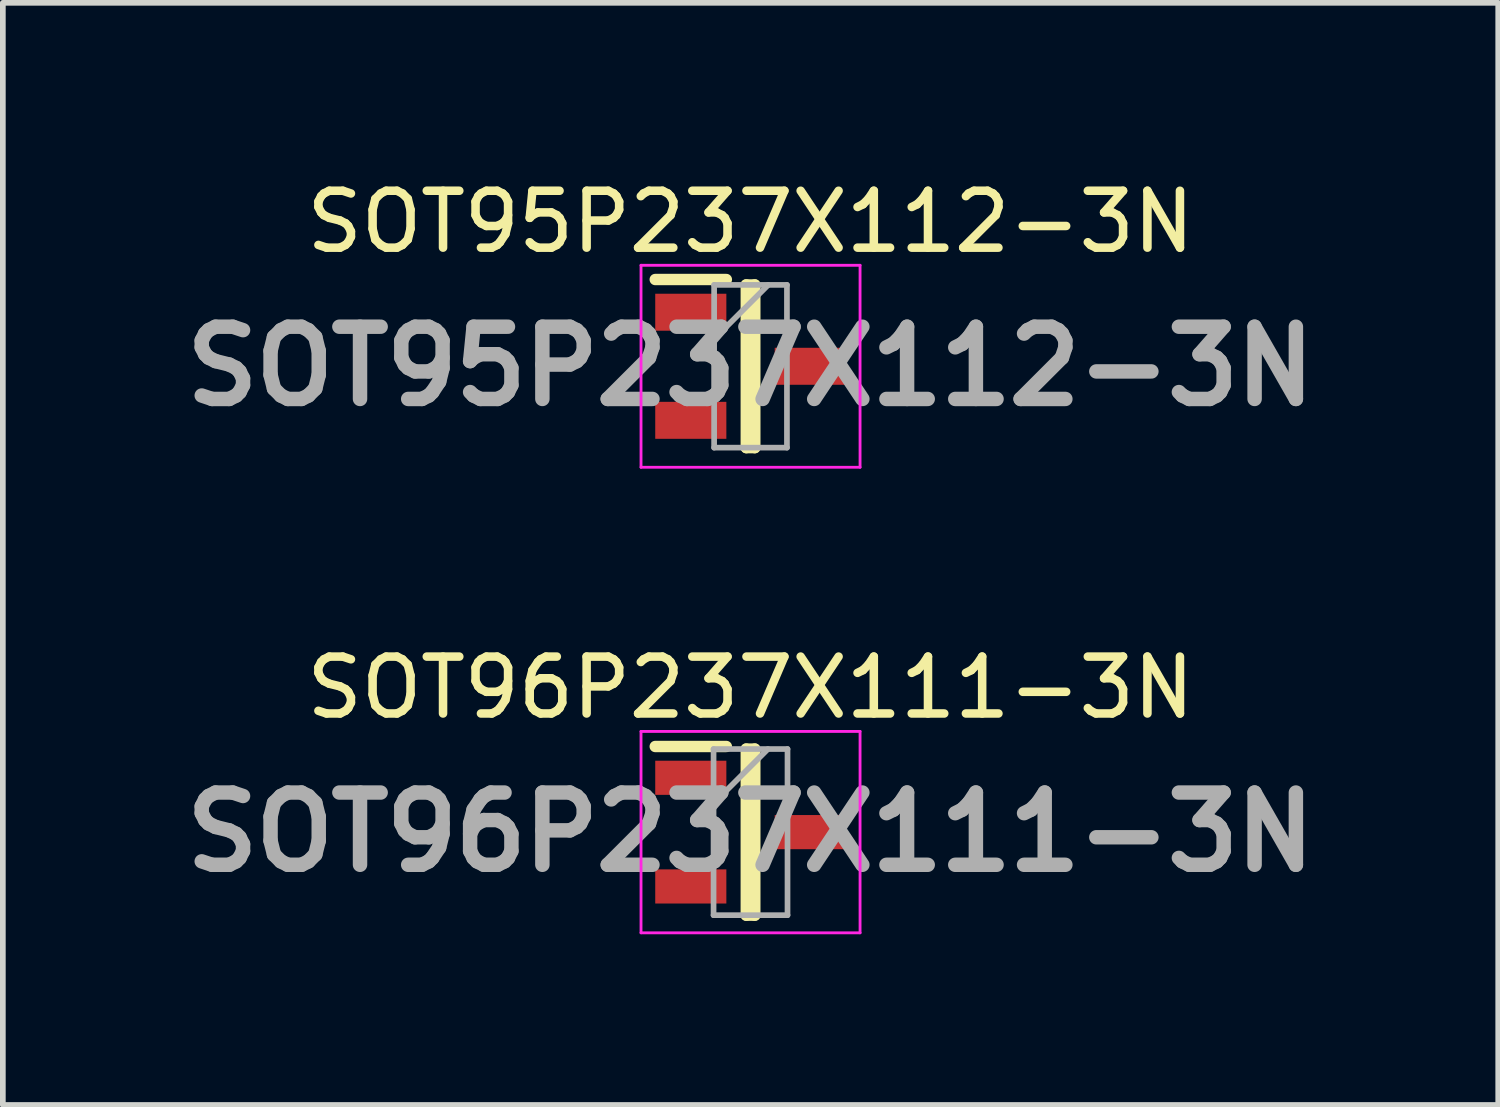
<source format=kicad_pcb>
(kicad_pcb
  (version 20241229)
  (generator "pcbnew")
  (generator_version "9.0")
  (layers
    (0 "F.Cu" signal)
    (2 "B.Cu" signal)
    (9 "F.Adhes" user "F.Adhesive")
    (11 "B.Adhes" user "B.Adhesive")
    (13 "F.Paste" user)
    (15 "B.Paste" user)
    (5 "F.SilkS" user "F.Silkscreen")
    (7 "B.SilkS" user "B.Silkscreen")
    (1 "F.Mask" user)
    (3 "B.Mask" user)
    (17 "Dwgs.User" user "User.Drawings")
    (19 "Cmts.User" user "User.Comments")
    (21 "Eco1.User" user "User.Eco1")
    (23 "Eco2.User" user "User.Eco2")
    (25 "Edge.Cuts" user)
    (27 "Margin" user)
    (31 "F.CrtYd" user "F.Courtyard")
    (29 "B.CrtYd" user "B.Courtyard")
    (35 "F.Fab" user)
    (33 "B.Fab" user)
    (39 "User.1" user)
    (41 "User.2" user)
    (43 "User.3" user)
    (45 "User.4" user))
  (footprint "SOT95P237X112-3N"
    (layer "F.Cu")
    (at 10.142 3.388)
    (property "Reference" "SOT95P237X112-3N" (at 0 -2.54 0) (layer "F.SilkS") (effects (font (size 1 1) (thickness 0.15))))
    (attr smd)
    (fp_line (start -1.675 -1.525) (end -0.425 -1.525) (stroke (width 0.2) (type solid)) (layer "F.SilkS"))
    (fp_line (start -0.075 -1.43) (end 0.075 -1.43) (stroke (width 0.2) (type solid)) (layer "F.SilkS"))
    (fp_line (start -0.075 1.43) (end -0.075 -1.43) (stroke (width 0.2) (type solid)) (layer "F.SilkS"))
    (fp_line (start 0.075 -1.43) (end 0.075 1.43) (stroke (width 0.2) (type solid)) (layer "F.SilkS"))
    (fp_line (start 0.075 1.43) (end -0.075 1.43) (stroke (width 0.2) (type solid)) (layer "F.SilkS"))
    (fp_line (start -1.925 -1.775) (end 1.925 -1.775) (stroke (width 0.05) (type solid)) (layer "F.CrtYd"))
    (fp_line (start -1.925 1.775) (end -1.925 -1.775) (stroke (width 0.05) (type solid)) (layer "F.CrtYd"))
    (fp_line (start 1.925 -1.775) (end 1.925 1.775) (stroke (width 0.05) (type solid)) (layer "F.CrtYd"))
    (fp_line (start 1.925 1.775) (end -1.925 1.775) (stroke (width 0.05) (type solid)) (layer "F.CrtYd"))
    (fp_line (start -0.64 -1.43) (end 0.64 -1.43) (stroke (width 0.1) (type solid)) (layer "F.Fab"))
    (fp_line (start -0.64 -0.48) (end 0.31 -1.43) (stroke (width 0.1) (type solid)) (layer "F.Fab"))
    (fp_line (start -0.64 1.43) (end -0.64 -1.43) (stroke (width 0.1) (type solid)) (layer "F.Fab"))
    (fp_line (start 0.64 -1.43) (end 0.64 1.43) (stroke (width 0.1) (type solid)) (layer "F.Fab"))
    (fp_line (start 0.64 1.43) (end -0.64 1.43) (stroke (width 0.1) (type solid)) (layer "F.Fab"))
    (fp_text user "${REFERENCE}" (at 0 0 0) (layer "F.Fab") (effects (font (size 1.27 1.27) (thickness 0.254))))
    (pad "1" smd rect (at -1.05 -0.95 90) (size 0.65 1.25) (layers "F.Cu" "F.Mask" "F.Paste"))
    (pad "2" smd rect (at -1.05 0.95 90) (size 0.65 1.25) (layers "F.Cu" "F.Mask" "F.Paste"))
    (pad "3" smd rect (at 1.05 0 90) (size 0.65 1.25) (layers "F.Cu" "F.Mask" "F.Paste")))
  (footprint "SOT96P237X111-3N"
    (layer "F.Cu")
    (at 10.142 11.576)
    (property "Reference" "SOT96P237X111-3N" (at 0 -2.54 0) (layer "F.SilkS") (effects (font (size 1 1) (thickness 0.15))))
    (attr smd)
    (fp_line (start -1.675 -1.505) (end -0.425 -1.505) (stroke (width 0.2) (type solid)) (layer "F.SilkS"))
    (fp_line (start -0.075 -1.46) (end 0.075 -1.46) (stroke (width 0.2) (type solid)) (layer "F.SilkS"))
    (fp_line (start -0.075 1.46) (end -0.075 -1.46) (stroke (width 0.2) (type solid)) (layer "F.SilkS"))
    (fp_line (start 0.075 -1.46) (end 0.075 1.46) (stroke (width 0.2) (type solid)) (layer "F.SilkS"))
    (fp_line (start 0.075 1.46) (end -0.075 1.46) (stroke (width 0.2) (type solid)) (layer "F.SilkS"))
    (fp_line (start -1.925 -1.77) (end 1.925 -1.77) (stroke (width 0.05) (type solid)) (layer "F.CrtYd"))
    (fp_line (start -1.925 1.77) (end -1.925 -1.77) (stroke (width 0.05) (type solid)) (layer "F.CrtYd"))
    (fp_line (start 1.925 -1.77) (end 1.925 1.77) (stroke (width 0.05) (type solid)) (layer "F.CrtYd"))
    (fp_line (start 1.925 1.77) (end -1.925 1.77) (stroke (width 0.05) (type solid)) (layer "F.CrtYd"))
    (fp_line (start -0.65 -1.46) (end 0.65 -1.46) (stroke (width 0.1) (type solid)) (layer "F.Fab"))
    (fp_line (start -0.65 -0.505) (end 0.305 -1.46) (stroke (width 0.1) (type solid)) (layer "F.Fab"))
    (fp_line (start -0.65 1.46) (end -0.65 -1.46) (stroke (width 0.1) (type solid)) (layer "F.Fab"))
    (fp_line (start 0.65 -1.46) (end 0.65 1.46) (stroke (width 0.1) (type solid)) (layer "F.Fab"))
    (fp_line (start 0.65 1.46) (end -0.65 1.46) (stroke (width 0.1) (type solid)) (layer "F.Fab"))
    (fp_text user "${REFERENCE}" (at 0 0 0) (layer "F.Fab") (effects (font (size 1.27 1.27) (thickness 0.254))))
    (pad "1" smd rect (at -1.05 -0.955 90) (size 0.6 1.25) (layers "F.Cu" "F.Mask" "F.Paste"))
    (pad "2" smd rect (at -1.05 0.955 90) (size 0.6 1.25) (layers "F.Cu" "F.Mask" "F.Paste"))
    (pad "3" smd rect (at 1.05 0 90) (size 0.6 1.25) (layers "F.Cu" "F.Mask" "F.Paste")))
  (gr_rect
    (start -3 -3)
    (end 23.284 16.372)
    (stroke (width 0.1) (type default))
    (fill no)
    (layer "Edge.Cuts")))
</source>
